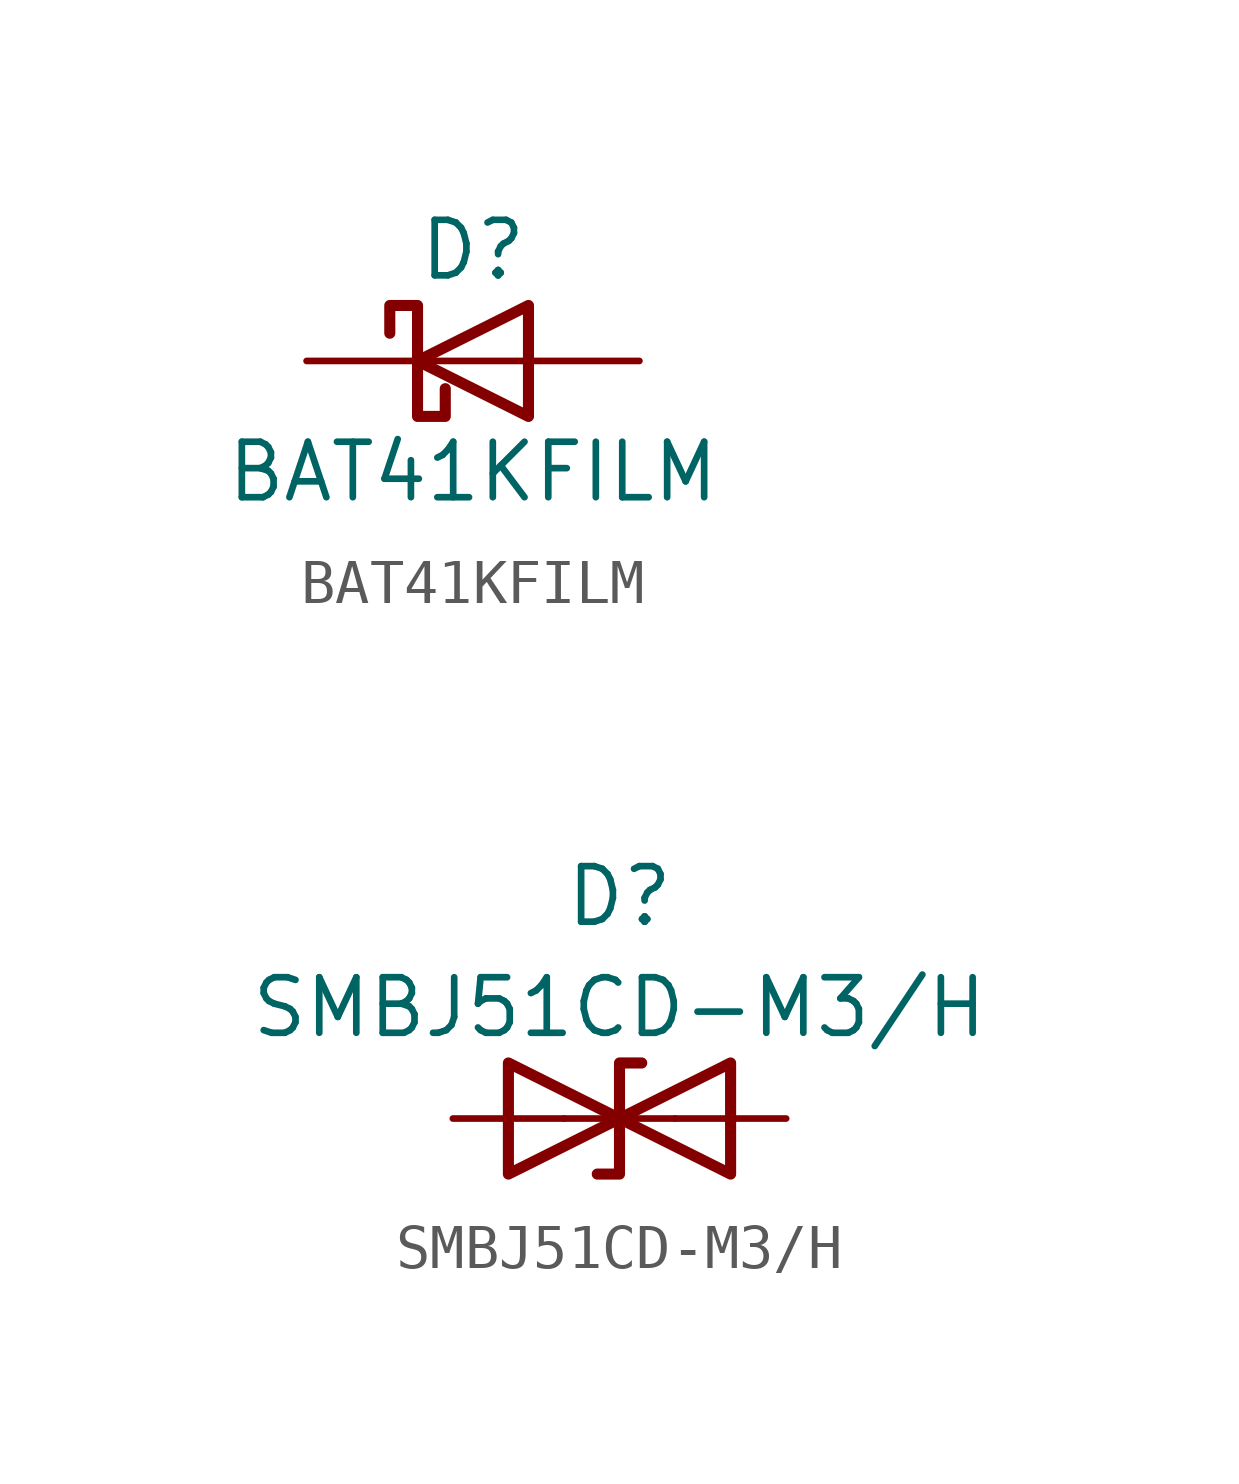
<source format=kicad_sym>
(kicad_symbol_lib
  (version 20220914)
  (generator kicad_symbol_editor)
  (symbol "BAT41KFILM"
    (pin_numbers hide)
    (pin_names
      (offset 1.016) hide)
    (property "Reference" "D"
      (at 0 2.54 0)
      (effects (font (size 1.27 1.27))))
    (property "Value" "BAT41KFILM"
      (at 0 -2.54 0)
      (effects (font (size 1.27 1.27))))
    (symbol "BAT41KFILM_0_1"
      (polyline (pts (xy 1.27 0) (xy -1.27 0)) (stroke (width 0) (type default)) (fill (type none)))
      (polyline (pts (xy 1.27 1.27) (xy 1.27 -1.27) (xy -1.27 0) (xy 1.27 1.27)) (stroke (width 0.254) (type default)) (fill (type none)))
      (polyline (pts (xy -1.905 0.635) (xy -1.905 1.27) (xy -1.27 1.27) (xy -1.27 -1.27) (xy -0.635 -1.27) (xy -0.635 -0.635)) (stroke (width 0.254) (type default)) (fill (type none))))
    (symbol "BAT41KFILM_1_1"
      (pin passive line (at -3.81 0 0) (length 2.54) (name "K" (effects (font (size 1.27 1.27)))) (number "1" (effects (font (size 1.27 1.27)))))
      (pin passive line (at 3.81 0 180) (length 2.54) (name "A" (effects (font (size 1.27 1.27)))) (number "2" (effects (font (size 1.27 1.27)))))))
  (symbol "SMBJ51CD-M3/H"
    (pin_numbers hide)
    (pin_names hide)
    (property "Reference" "D"
      (at 0 5.08 0)
      (effects (font (size 1.27 1.27))))
    (property "Value" "SMBJ51CD-M3/H"
      (at 0 2.54 0)
      (effects (font (size 1.27 1.27))))
    (symbol "SMBJ51CD-M3/H_0_1"
      (polyline (pts (xy 1.27 0) (xy -1.27 0)) (stroke (width 0) (type default)) (fill (type none)))
      (polyline (pts (xy 0.508 1.27) (xy 0 1.27) (xy 0 -1.27) (xy -0.508 -1.27)) (stroke (width 0.254) (type default)) (fill (type none)))
      (polyline (pts (xy -2.54 1.27) (xy -2.54 -1.27) (xy 2.54 1.27) (xy 2.54 -1.27) (xy -2.54 1.27)) (stroke (width 0.254) (type default)) (fill (type none))))
    (symbol "SMBJ51CD-M3/H_1_1"
      (pin passive line (at -3.81 0 0) (length 2.54) (name "A1" (effects (font (size 1.27 1.27)))) (number "1" (effects (font (size 1.27 1.27)))))
      (pin passive line (at 3.81 0 180) (length 2.54) (name "A2" (effects (font (size 1.27 1.27)))) (number "2" (effects (font (size 1.27 1.27))))))))
</source>
